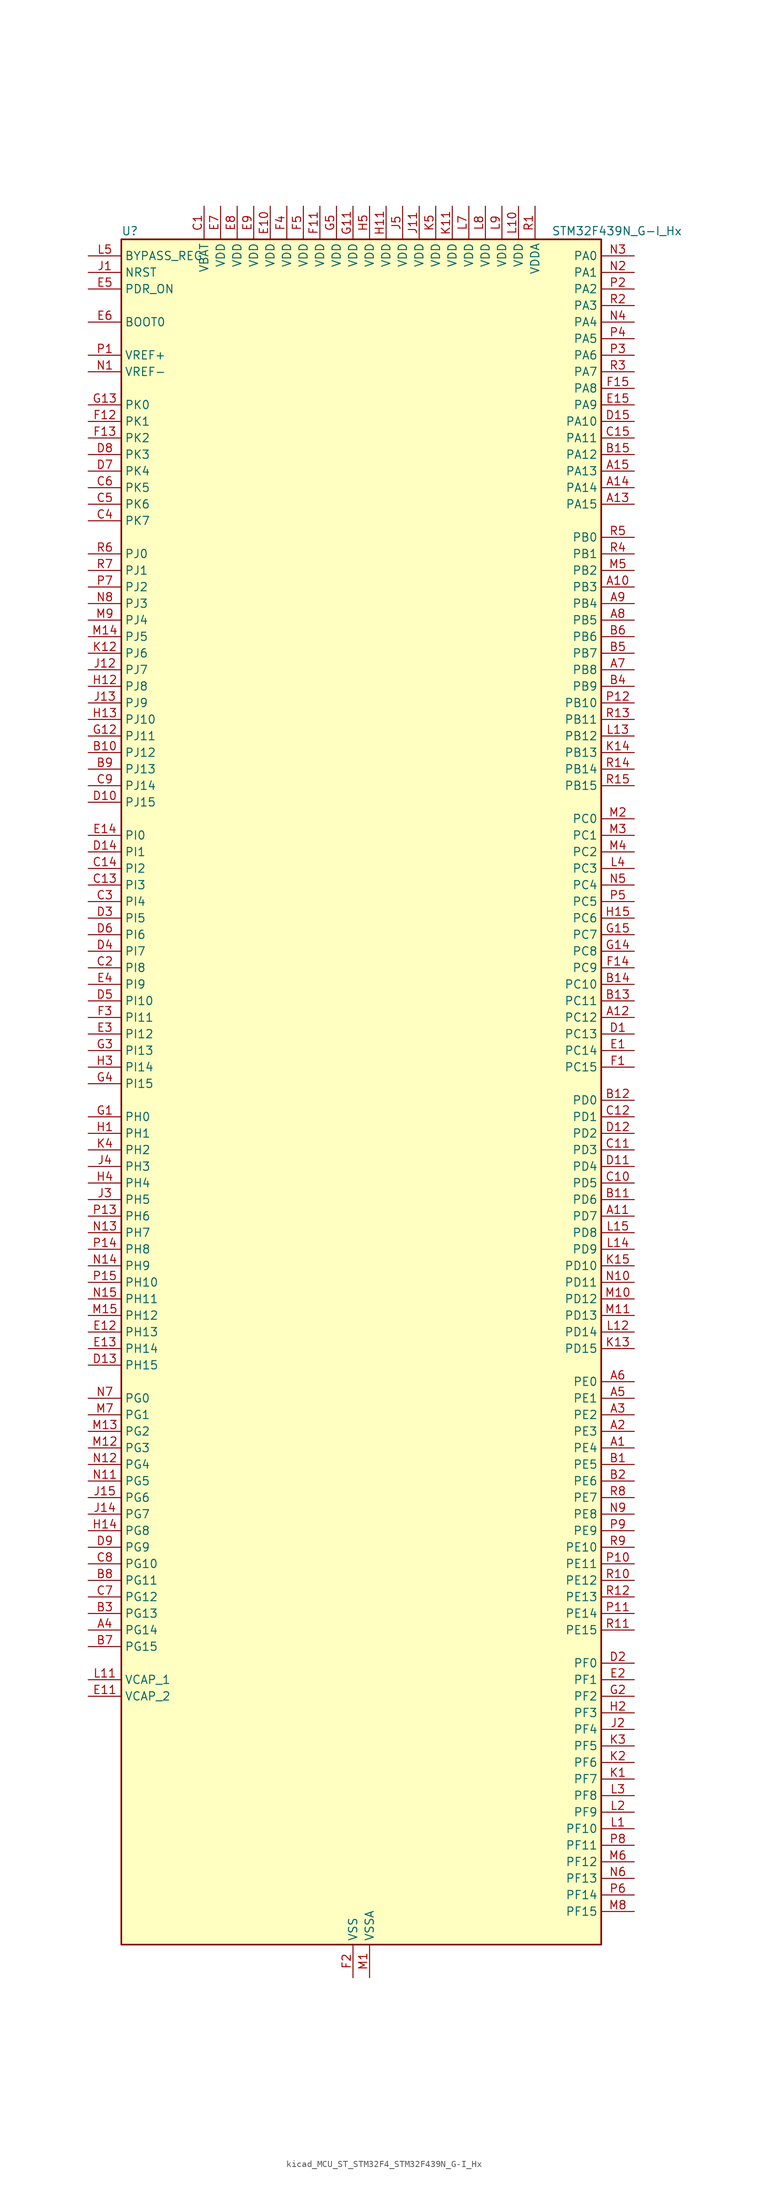
<source format=kicad_sym>
(kicad_symbol_lib
  (version 20220914)
  (generator kicad_symbol_editor)
  (symbol "kicad_MCU_ST_STM32F4_STM32F439N_G-I_Hx"
    (property "Reference" "U"
      (at -35.56 133.35 0)
      (effects (font (size 1.27 1.27)) (justify left)))
    (property "Value" "STM32F439N_G-I_Hx"
      (at 30.48 133.35 0)
      (effects (font (size 1.27 1.27)) (justify left)))
    (property "ki_locked" ""
      (at 0 0 0)
      (effects (font (size 1.27 1.27))))
    (symbol "kicad_MCU_ST_STM32F4_STM32F439N_G-I_Hx_0_1"
      (rectangle (start -35.56 -129.54) (end 38.1 132.08) (stroke (width 0.254) (type default)) (fill (type background))))
    (symbol "kicad_MCU_ST_STM32F4_STM32F439N_G-I_Hx_1_1"
      (pin bidirectional line (at 43.18 -53.34 180) (length 5.08) (name "PE4" (effects (font (size 1.27 1.27)))) (number "A1" (effects (font (size 1.27 1.27)))) (alternate "DCMI_D4" bidirectional line) (alternate "FMC_A20" bidirectional line) (alternate "LTDC_B0" bidirectional line) (alternate "SAI1_FS_A" bidirectional line) (alternate "SPI4_NSS" bidirectional line) (alternate "SYS_TRACED1" bidirectional line))
      (pin bidirectional line (at 43.18 78.74 180) (length 5.08) (name "PB3" (effects (font (size 1.27 1.27)))) (number "A10" (effects (font (size 1.27 1.27)))) (alternate "I2S3_CK" bidirectional line) (alternate "SPI1_SCK" bidirectional line) (alternate "SPI3_SCK" bidirectional line) (alternate "SYS_JTDO-SWO" bidirectional line) (alternate "TIM2_CH2" bidirectional line))
      (pin bidirectional line (at 43.18 -17.78 180) (length 5.08) (name "PD7" (effects (font (size 1.27 1.27)))) (number "A11" (effects (font (size 1.27 1.27)))) (alternate "FMC_NCE2" bidirectional line) (alternate "FMC_NE1" bidirectional line) (alternate "USART2_CK" bidirectional line))
      (pin bidirectional line (at 43.18 12.7 180) (length 5.08) (name "PC12" (effects (font (size 1.27 1.27)))) (number "A12" (effects (font (size 1.27 1.27)))) (alternate "DCMI_D9" bidirectional line) (alternate "I2S3_SD" bidirectional line) (alternate "SDIO_CK" bidirectional line) (alternate "SPI3_MOSI" bidirectional line) (alternate "UART5_TX" bidirectional line) (alternate "USART3_CK" bidirectional line))
      (pin bidirectional line (at 43.18 91.44 180) (length 5.08) (name "PA15" (effects (font (size 1.27 1.27)))) (number "A13" (effects (font (size 1.27 1.27)))) (alternate "ADC1_EXTI15" bidirectional line) (alternate "ADC2_EXTI15" bidirectional line) (alternate "ADC3_EXTI15" bidirectional line) (alternate "I2S3_WS" bidirectional line) (alternate "SPI1_NSS" bidirectional line) (alternate "SPI3_NSS" bidirectional line) (alternate "SYS_JTDI" bidirectional line) (alternate "TIM2_CH1" bidirectional line) (alternate "TIM2_ETR" bidirectional line))
      (pin bidirectional line (at 43.18 93.98 180) (length 5.08) (name "PA14" (effects (font (size 1.27 1.27)))) (number "A14" (effects (font (size 1.27 1.27)))) (alternate "SYS_JTCK-SWCLK" bidirectional line))
      (pin bidirectional line (at 43.18 96.52 180) (length 5.08) (name "PA13" (effects (font (size 1.27 1.27)))) (number "A15" (effects (font (size 1.27 1.27)))) (alternate "SYS_JTMS-SWDIO" bidirectional line))
      (pin bidirectional line (at 43.18 -50.8 180) (length 5.08) (name "PE3" (effects (font (size 1.27 1.27)))) (number "A2" (effects (font (size 1.27 1.27)))) (alternate "FMC_A19" bidirectional line) (alternate "SAI1_SD_B" bidirectional line) (alternate "SYS_TRACED0" bidirectional line))
      (pin bidirectional line (at 43.18 -48.26 180) (length 5.08) (name "PE2" (effects (font (size 1.27 1.27)))) (number "A3" (effects (font (size 1.27 1.27)))) (alternate "ETH_TXD3" bidirectional line) (alternate "FMC_A23" bidirectional line) (alternate "SAI1_MCLK_A" bidirectional line) (alternate "SPI4_SCK" bidirectional line) (alternate "SYS_TRACECLK" bidirectional line))
      (pin bidirectional line (at -40.64 -81.28 0) (length 5.08) (name "PG14" (effects (font (size 1.27 1.27)))) (number "A4" (effects (font (size 1.27 1.27)))) (alternate "ETH_TXD1" bidirectional line) (alternate "FMC_A25" bidirectional line) (alternate "SPI6_MOSI" bidirectional line) (alternate "USART6_TX" bidirectional line))
      (pin bidirectional line (at 43.18 -45.72 180) (length 5.08) (name "PE1" (effects (font (size 1.27 1.27)))) (number "A5" (effects (font (size 1.27 1.27)))) (alternate "DCMI_D3" bidirectional line) (alternate "FMC_NBL1" bidirectional line) (alternate "UART8_TX" bidirectional line))
      (pin bidirectional line (at 43.18 -43.18 180) (length 5.08) (name "PE0" (effects (font (size 1.27 1.27)))) (number "A6" (effects (font (size 1.27 1.27)))) (alternate "DCMI_D2" bidirectional line) (alternate "FMC_NBL0" bidirectional line) (alternate "TIM4_ETR" bidirectional line) (alternate "UART8_RX" bidirectional line))
      (pin bidirectional line (at 43.18 66.04 180) (length 5.08) (name "PB8" (effects (font (size 1.27 1.27)))) (number "A7" (effects (font (size 1.27 1.27)))) (alternate "CAN1_RX" bidirectional line) (alternate "DCMI_D6" bidirectional line) (alternate "ETH_TXD3" bidirectional line) (alternate "I2C1_SCL" bidirectional line) (alternate "LTDC_B6" bidirectional line) (alternate "SDIO_D4" bidirectional line) (alternate "TIM10_CH1" bidirectional line) (alternate "TIM4_CH3" bidirectional line))
      (pin bidirectional line (at 43.18 73.66 180) (length 5.08) (name "PB5" (effects (font (size 1.27 1.27)))) (number "A8" (effects (font (size 1.27 1.27)))) (alternate "CAN2_RX" bidirectional line) (alternate "DCMI_D10" bidirectional line) (alternate "ETH_PPS_OUT" bidirectional line) (alternate "FMC_SDCKE1" bidirectional line) (alternate "I2C1_SMBA" bidirectional line) (alternate "I2S3_SD" bidirectional line) (alternate "SPI1_MOSI" bidirectional line) (alternate "SPI3_MOSI" bidirectional line) (alternate "TIM3_CH2" bidirectional line) (alternate "USB_OTG_HS_ULPI_D7" bidirectional line))
      (pin bidirectional line (at 43.18 76.2 180) (length 5.08) (name "PB4" (effects (font (size 1.27 1.27)))) (number "A9" (effects (font (size 1.27 1.27)))) (alternate "I2S3_ext_SD" bidirectional line) (alternate "SPI1_MISO" bidirectional line) (alternate "SPI3_MISO" bidirectional line) (alternate "SYS_JTRST" bidirectional line) (alternate "TIM3_CH1" bidirectional line))
      (pin bidirectional line (at 43.18 -55.88 180) (length 5.08) (name "PE5" (effects (font (size 1.27 1.27)))) (number "B1" (effects (font (size 1.27 1.27)))) (alternate "DCMI_D6" bidirectional line) (alternate "FMC_A21" bidirectional line) (alternate "LTDC_G0" bidirectional line) (alternate "SAI1_SCK_A" bidirectional line) (alternate "SPI4_MISO" bidirectional line) (alternate "SYS_TRACED2" bidirectional line) (alternate "TIM9_CH1" bidirectional line))
      (pin bidirectional line (at -40.64 53.34 0) (length 5.08) (name "PJ12" (effects (font (size 1.27 1.27)))) (number "B10" (effects (font (size 1.27 1.27)))) (alternate "LTDC_B0" bidirectional line))
      (pin bidirectional line (at 43.18 -15.24 180) (length 5.08) (name "PD6" (effects (font (size 1.27 1.27)))) (number "B11" (effects (font (size 1.27 1.27)))) (alternate "DCMI_D10" bidirectional line) (alternate "FMC_NWAIT" bidirectional line) (alternate "I2S3_SD" bidirectional line) (alternate "LTDC_B2" bidirectional line) (alternate "SAI1_SD_A" bidirectional line) (alternate "SPI3_MOSI" bidirectional line) (alternate "USART2_RX" bidirectional line))
      (pin bidirectional line (at 43.18 0 180) (length 5.08) (name "PD0" (effects (font (size 1.27 1.27)))) (number "B12" (effects (font (size 1.27 1.27)))) (alternate "CAN1_RX" bidirectional line) (alternate "FMC_D2" bidirectional line) (alternate "FMC_DA2" bidirectional line))
      (pin bidirectional line (at 43.18 15.24 180) (length 5.08) (name "PC11" (effects (font (size 1.27 1.27)))) (number "B13" (effects (font (size 1.27 1.27)))) (alternate "ADC1_EXTI11" bidirectional line) (alternate "ADC2_EXTI11" bidirectional line) (alternate "ADC3_EXTI11" bidirectional line) (alternate "DCMI_D4" bidirectional line) (alternate "I2S3_ext_SD" bidirectional line) (alternate "SDIO_D3" bidirectional line) (alternate "SPI3_MISO" bidirectional line) (alternate "UART4_RX" bidirectional line) (alternate "USART3_RX" bidirectional line))
      (pin bidirectional line (at 43.18 17.78 180) (length 5.08) (name "PC10" (effects (font (size 1.27 1.27)))) (number "B14" (effects (font (size 1.27 1.27)))) (alternate "DCMI_D8" bidirectional line) (alternate "I2S3_CK" bidirectional line) (alternate "LTDC_R2" bidirectional line) (alternate "SDIO_D2" bidirectional line) (alternate "SPI3_SCK" bidirectional line) (alternate "UART4_TX" bidirectional line) (alternate "USART3_TX" bidirectional line))
      (pin bidirectional line (at 43.18 99.06 180) (length 5.08) (name "PA12" (effects (font (size 1.27 1.27)))) (number "B15" (effects (font (size 1.27 1.27)))) (alternate "CAN1_TX" bidirectional line) (alternate "LTDC_R5" bidirectional line) (alternate "TIM1_ETR" bidirectional line) (alternate "USART1_RTS" bidirectional line) (alternate "USB_OTG_FS_DP" bidirectional line))
      (pin bidirectional line (at 43.18 -58.42 180) (length 5.08) (name "PE6" (effects (font (size 1.27 1.27)))) (number "B2" (effects (font (size 1.27 1.27)))) (alternate "DCMI_D7" bidirectional line) (alternate "FMC_A22" bidirectional line) (alternate "LTDC_G1" bidirectional line) (alternate "SAI1_SD_A" bidirectional line) (alternate "SPI4_MOSI" bidirectional line) (alternate "SYS_TRACED3" bidirectional line) (alternate "TIM9_CH2" bidirectional line))
      (pin bidirectional line (at -40.64 -78.74 0) (length 5.08) (name "PG13" (effects (font (size 1.27 1.27)))) (number "B3" (effects (font (size 1.27 1.27)))) (alternate "ETH_TXD0" bidirectional line) (alternate "FMC_A24" bidirectional line) (alternate "SPI6_SCK" bidirectional line) (alternate "USART6_CTS" bidirectional line))
      (pin bidirectional line (at 43.18 63.5 180) (length 5.08) (name "PB9" (effects (font (size 1.27 1.27)))) (number "B4" (effects (font (size 1.27 1.27)))) (alternate "CAN1_TX" bidirectional line) (alternate "DAC_EXTI9" bidirectional line) (alternate "DCMI_D7" bidirectional line) (alternate "I2C1_SDA" bidirectional line) (alternate "I2S2_WS" bidirectional line) (alternate "LTDC_B7" bidirectional line) (alternate "SDIO_D5" bidirectional line) (alternate "SPI2_NSS" bidirectional line) (alternate "TIM11_CH1" bidirectional line) (alternate "TIM4_CH4" bidirectional line))
      (pin bidirectional line (at 43.18 68.58 180) (length 5.08) (name "PB7" (effects (font (size 1.27 1.27)))) (number "B5" (effects (font (size 1.27 1.27)))) (alternate "DCMI_VSYNC" bidirectional line) (alternate "FMC_NL" bidirectional line) (alternate "I2C1_SDA" bidirectional line) (alternate "TIM4_CH2" bidirectional line) (alternate "USART1_RX" bidirectional line))
      (pin bidirectional line (at 43.18 71.12 180) (length 5.08) (name "PB6" (effects (font (size 1.27 1.27)))) (number "B6" (effects (font (size 1.27 1.27)))) (alternate "CAN2_TX" bidirectional line) (alternate "DCMI_D5" bidirectional line) (alternate "FMC_SDNE1" bidirectional line) (alternate "I2C1_SCL" bidirectional line) (alternate "TIM4_CH1" bidirectional line) (alternate "USART1_TX" bidirectional line))
      (pin bidirectional line (at -40.64 -83.82 0) (length 5.08) (name "PG15" (effects (font (size 1.27 1.27)))) (number "B7" (effects (font (size 1.27 1.27)))) (alternate "ADC1_EXTI15" bidirectional line) (alternate "ADC2_EXTI15" bidirectional line) (alternate "ADC3_EXTI15" bidirectional line) (alternate "DCMI_D13" bidirectional line) (alternate "FMC_SDNCAS" bidirectional line) (alternate "USART6_CTS" bidirectional line))
      (pin bidirectional line (at -40.64 -73.66 0) (length 5.08) (name "PG11" (effects (font (size 1.27 1.27)))) (number "B8" (effects (font (size 1.27 1.27)))) (alternate "ADC1_EXTI11" bidirectional line) (alternate "ADC2_EXTI11" bidirectional line) (alternate "ADC3_EXTI11" bidirectional line) (alternate "DCMI_D3" bidirectional line) (alternate "ETH_TX_EN" bidirectional line) (alternate "FMC_NCE4_2" bidirectional line) (alternate "LTDC_B3" bidirectional line))
      (pin bidirectional line (at -40.64 50.8 0) (length 5.08) (name "PJ13" (effects (font (size 1.27 1.27)))) (number "B9" (effects (font (size 1.27 1.27)))) (alternate "LTDC_B1" bidirectional line))
      (pin power_in line (at -22.86 137.16 270) (length 5.08) (name "VBAT" (effects (font (size 1.27 1.27)))) (number "C1" (effects (font (size 1.27 1.27)))))
      (pin bidirectional line (at 43.18 -12.7 180) (length 5.08) (name "PD5" (effects (font (size 1.27 1.27)))) (number "C10" (effects (font (size 1.27 1.27)))) (alternate "FMC_NWE" bidirectional line) (alternate "USART2_TX" bidirectional line))
      (pin bidirectional line (at 43.18 -7.62 180) (length 5.08) (name "PD3" (effects (font (size 1.27 1.27)))) (number "C11" (effects (font (size 1.27 1.27)))) (alternate "DCMI_D5" bidirectional line) (alternate "FMC_CLK" bidirectional line) (alternate "I2S2_CK" bidirectional line) (alternate "LTDC_G7" bidirectional line) (alternate "SPI2_SCK" bidirectional line) (alternate "USART2_CTS" bidirectional line))
      (pin bidirectional line (at 43.18 -2.54 180) (length 5.08) (name "PD1" (effects (font (size 1.27 1.27)))) (number "C12" (effects (font (size 1.27 1.27)))) (alternate "CAN1_TX" bidirectional line) (alternate "FMC_D3" bidirectional line) (alternate "FMC_DA3" bidirectional line))
      (pin bidirectional line (at -40.64 33.02 0) (length 5.08) (name "PI3" (effects (font (size 1.27 1.27)))) (number "C13" (effects (font (size 1.27 1.27)))) (alternate "DCMI_D10" bidirectional line) (alternate "FMC_D27" bidirectional line) (alternate "I2S2_SD" bidirectional line) (alternate "SPI2_MOSI" bidirectional line) (alternate "TIM8_ETR" bidirectional line))
      (pin bidirectional line (at -40.64 35.56 0) (length 5.08) (name "PI2" (effects (font (size 1.27 1.27)))) (number "C14" (effects (font (size 1.27 1.27)))) (alternate "DCMI_D9" bidirectional line) (alternate "FMC_D26" bidirectional line) (alternate "I2S2_ext_SD" bidirectional line) (alternate "LTDC_G7" bidirectional line) (alternate "SPI2_MISO" bidirectional line) (alternate "TIM8_CH4" bidirectional line))
      (pin bidirectional line (at 43.18 101.6 180) (length 5.08) (name "PA11" (effects (font (size 1.27 1.27)))) (number "C15" (effects (font (size 1.27 1.27)))) (alternate "ADC1_EXTI11" bidirectional line) (alternate "ADC2_EXTI11" bidirectional line) (alternate "ADC3_EXTI11" bidirectional line) (alternate "CAN1_RX" bidirectional line) (alternate "LTDC_R4" bidirectional line) (alternate "TIM1_CH4" bidirectional line) (alternate "USART1_CTS" bidirectional line) (alternate "USB_OTG_FS_DM" bidirectional line))
      (pin bidirectional line (at -40.64 20.32 0) (length 5.08) (name "PI8" (effects (font (size 1.27 1.27)))) (number "C2" (effects (font (size 1.27 1.27)))) (alternate "RTC_AF2" bidirectional line))
      (pin bidirectional line (at -40.64 30.48 0) (length 5.08) (name "PI4" (effects (font (size 1.27 1.27)))) (number "C3" (effects (font (size 1.27 1.27)))) (alternate "DCMI_D5" bidirectional line) (alternate "FMC_NBL2" bidirectional line) (alternate "LTDC_B4" bidirectional line) (alternate "TIM8_BKIN" bidirectional line))
      (pin bidirectional line (at -40.64 88.9 0) (length 5.08) (name "PK7" (effects (font (size 1.27 1.27)))) (number "C4" (effects (font (size 1.27 1.27)))) (alternate "LTDC_DE" bidirectional line))
      (pin bidirectional line (at -40.64 91.44 0) (length 5.08) (name "PK6" (effects (font (size 1.27 1.27)))) (number "C5" (effects (font (size 1.27 1.27)))) (alternate "LTDC_B7" bidirectional line))
      (pin bidirectional line (at -40.64 93.98 0) (length 5.08) (name "PK5" (effects (font (size 1.27 1.27)))) (number "C6" (effects (font (size 1.27 1.27)))) (alternate "LTDC_B6" bidirectional line))
      (pin bidirectional line (at -40.64 -76.2 0) (length 5.08) (name "PG12" (effects (font (size 1.27 1.27)))) (number "C7" (effects (font (size 1.27 1.27)))) (alternate "FMC_NE4" bidirectional line) (alternate "LTDC_B1" bidirectional line) (alternate "LTDC_B4" bidirectional line) (alternate "SPI6_MISO" bidirectional line) (alternate "USART6_RTS" bidirectional line))
      (pin bidirectional line (at -40.64 -71.12 0) (length 5.08) (name "PG10" (effects (font (size 1.27 1.27)))) (number "C8" (effects (font (size 1.27 1.27)))) (alternate "DCMI_D2" bidirectional line) (alternate "FMC_NCE4_1" bidirectional line) (alternate "FMC_NE3" bidirectional line) (alternate "LTDC_B2" bidirectional line) (alternate "LTDC_G3" bidirectional line))
      (pin bidirectional line (at -40.64 48.26 0) (length 5.08) (name "PJ14" (effects (font (size 1.27 1.27)))) (number "C9" (effects (font (size 1.27 1.27)))) (alternate "LTDC_B2" bidirectional line))
      (pin bidirectional line (at 43.18 10.16 180) (length 5.08) (name "PC13" (effects (font (size 1.27 1.27)))) (number "D1" (effects (font (size 1.27 1.27)))) (alternate "RTC_AF1" bidirectional line))
      (pin bidirectional line (at -40.64 45.72 0) (length 5.08) (name "PJ15" (effects (font (size 1.27 1.27)))) (number "D10" (effects (font (size 1.27 1.27)))) (alternate "ADC1_EXTI15" bidirectional line) (alternate "ADC2_EXTI15" bidirectional line) (alternate "ADC3_EXTI15" bidirectional line) (alternate "LTDC_B3" bidirectional line))
      (pin bidirectional line (at 43.18 -10.16 180) (length 5.08) (name "PD4" (effects (font (size 1.27 1.27)))) (number "D11" (effects (font (size 1.27 1.27)))) (alternate "FMC_NOE" bidirectional line) (alternate "USART2_RTS" bidirectional line))
      (pin bidirectional line (at 43.18 -5.08 180) (length 5.08) (name "PD2" (effects (font (size 1.27 1.27)))) (number "D12" (effects (font (size 1.27 1.27)))) (alternate "DCMI_D11" bidirectional line) (alternate "SDIO_CMD" bidirectional line) (alternate "TIM3_ETR" bidirectional line) (alternate "UART5_RX" bidirectional line))
      (pin bidirectional line (at -40.64 -40.64 0) (length 5.08) (name "PH15" (effects (font (size 1.27 1.27)))) (number "D13" (effects (font (size 1.27 1.27)))) (alternate "ADC1_EXTI15" bidirectional line) (alternate "ADC2_EXTI15" bidirectional line) (alternate "ADC3_EXTI15" bidirectional line) (alternate "DCMI_D11" bidirectional line) (alternate "FMC_D23" bidirectional line) (alternate "LTDC_G4" bidirectional line) (alternate "TIM8_CH3N" bidirectional line))
      (pin bidirectional line (at -40.64 38.1 0) (length 5.08) (name "PI1" (effects (font (size 1.27 1.27)))) (number "D14" (effects (font (size 1.27 1.27)))) (alternate "DCMI_D8" bidirectional line) (alternate "FMC_D25" bidirectional line) (alternate "I2S2_CK" bidirectional line) (alternate "LTDC_G6" bidirectional line) (alternate "SPI2_SCK" bidirectional line))
      (pin bidirectional line (at 43.18 104.14 180) (length 5.08) (name "PA10" (effects (font (size 1.27 1.27)))) (number "D15" (effects (font (size 1.27 1.27)))) (alternate "DCMI_D1" bidirectional line) (alternate "TIM1_CH3" bidirectional line) (alternate "USART1_RX" bidirectional line) (alternate "USB_OTG_FS_ID" bidirectional line))
      (pin bidirectional line (at 43.18 -86.36 180) (length 5.08) (name "PF0" (effects (font (size 1.27 1.27)))) (number "D2" (effects (font (size 1.27 1.27)))) (alternate "FMC_A0" bidirectional line) (alternate "I2C2_SDA" bidirectional line))
      (pin bidirectional line (at -40.64 27.94 0) (length 5.08) (name "PI5" (effects (font (size 1.27 1.27)))) (number "D3" (effects (font (size 1.27 1.27)))) (alternate "DCMI_VSYNC" bidirectional line) (alternate "FMC_NBL3" bidirectional line) (alternate "LTDC_B5" bidirectional line) (alternate "TIM8_CH1" bidirectional line))
      (pin bidirectional line (at -40.64 22.86 0) (length 5.08) (name "PI7" (effects (font (size 1.27 1.27)))) (number "D4" (effects (font (size 1.27 1.27)))) (alternate "DCMI_D7" bidirectional line) (alternate "FMC_D29" bidirectional line) (alternate "LTDC_B7" bidirectional line) (alternate "TIM8_CH3" bidirectional line))
      (pin bidirectional line (at -40.64 15.24 0) (length 5.08) (name "PI10" (effects (font (size 1.27 1.27)))) (number "D5" (effects (font (size 1.27 1.27)))) (alternate "ETH_RX_ER" bidirectional line) (alternate "FMC_D31" bidirectional line) (alternate "LTDC_HSYNC" bidirectional line))
      (pin bidirectional line (at -40.64 25.4 0) (length 5.08) (name "PI6" (effects (font (size 1.27 1.27)))) (number "D6" (effects (font (size 1.27 1.27)))) (alternate "DCMI_D6" bidirectional line) (alternate "FMC_D28" bidirectional line) (alternate "LTDC_B6" bidirectional line) (alternate "TIM8_CH2" bidirectional line))
      (pin bidirectional line (at -40.64 96.52 0) (length 5.08) (name "PK4" (effects (font (size 1.27 1.27)))) (number "D7" (effects (font (size 1.27 1.27)))) (alternate "LTDC_B5" bidirectional line))
      (pin bidirectional line (at -40.64 99.06 0) (length 5.08) (name "PK3" (effects (font (size 1.27 1.27)))) (number "D8" (effects (font (size 1.27 1.27)))) (alternate "LTDC_B4" bidirectional line))
      (pin bidirectional line (at -40.64 -68.58 0) (length 5.08) (name "PG9" (effects (font (size 1.27 1.27)))) (number "D9" (effects (font (size 1.27 1.27)))) (alternate "DAC_EXTI9" bidirectional line) (alternate "DCMI_VSYNC" bidirectional line) (alternate "FMC_NCE3" bidirectional line) (alternate "FMC_NE2" bidirectional line) (alternate "USART6_RX" bidirectional line))
      (pin bidirectional line (at 43.18 7.62 180) (length 5.08) (name "PC14" (effects (font (size 1.27 1.27)))) (number "E1" (effects (font (size 1.27 1.27)))) (alternate "RCC_OSC32_IN" bidirectional line))
      (pin power_in line (at -12.7 137.16 270) (length 5.08) (name "VDD" (effects (font (size 1.27 1.27)))) (number "E10" (effects (font (size 1.27 1.27)))))
      (pin power_out line (at -40.64 -91.44 0) (length 5.08) (name "VCAP_2" (effects (font (size 1.27 1.27)))) (number "E11" (effects (font (size 1.27 1.27)))))
      (pin bidirectional line (at -40.64 -35.56 0) (length 5.08) (name "PH13" (effects (font (size 1.27 1.27)))) (number "E12" (effects (font (size 1.27 1.27)))) (alternate "CAN1_TX" bidirectional line) (alternate "FMC_D21" bidirectional line) (alternate "LTDC_G2" bidirectional line) (alternate "TIM8_CH1N" bidirectional line))
      (pin bidirectional line (at -40.64 -38.1 0) (length 5.08) (name "PH14" (effects (font (size 1.27 1.27)))) (number "E13" (effects (font (size 1.27 1.27)))) (alternate "DCMI_D4" bidirectional line) (alternate "FMC_D22" bidirectional line) (alternate "LTDC_G3" bidirectional line) (alternate "TIM8_CH2N" bidirectional line))
      (pin bidirectional line (at -40.64 40.64 0) (length 5.08) (name "PI0" (effects (font (size 1.27 1.27)))) (number "E14" (effects (font (size 1.27 1.27)))) (alternate "DCMI_D13" bidirectional line) (alternate "FMC_D24" bidirectional line) (alternate "I2S2_WS" bidirectional line) (alternate "LTDC_G5" bidirectional line) (alternate "SPI2_NSS" bidirectional line) (alternate "TIM5_CH4" bidirectional line))
      (pin bidirectional line (at 43.18 106.68 180) (length 5.08) (name "PA9" (effects (font (size 1.27 1.27)))) (number "E15" (effects (font (size 1.27 1.27)))) (alternate "DAC_EXTI9" bidirectional line) (alternate "DCMI_D0" bidirectional line) (alternate "I2C3_SMBA" bidirectional line) (alternate "TIM1_CH2" bidirectional line) (alternate "USART1_TX" bidirectional line) (alternate "USB_OTG_FS_VBUS" bidirectional line))
      (pin bidirectional line (at 43.18 -88.9 180) (length 5.08) (name "PF1" (effects (font (size 1.27 1.27)))) (number "E2" (effects (font (size 1.27 1.27)))) (alternate "FMC_A1" bidirectional line) (alternate "I2C2_SCL" bidirectional line))
      (pin bidirectional line (at -40.64 10.16 0) (length 5.08) (name "PI12" (effects (font (size 1.27 1.27)))) (number "E3" (effects (font (size 1.27 1.27)))) (alternate "LTDC_HSYNC" bidirectional line))
      (pin bidirectional line (at -40.64 17.78 0) (length 5.08) (name "PI9" (effects (font (size 1.27 1.27)))) (number "E4" (effects (font (size 1.27 1.27)))) (alternate "CAN1_RX" bidirectional line) (alternate "DAC_EXTI9" bidirectional line) (alternate "FMC_D30" bidirectional line) (alternate "LTDC_VSYNC" bidirectional line))
      (pin input line (at -40.64 124.46 0) (length 5.08) (name "PDR_ON" (effects (font (size 1.27 1.27)))) (number "E5" (effects (font (size 1.27 1.27)))))
      (pin input line (at -40.64 119.38 0) (length 5.08) (name "BOOT0" (effects (font (size 1.27 1.27)))) (number "E6" (effects (font (size 1.27 1.27)))))
      (pin power_in line (at -20.32 137.16 270) (length 5.08) (name "VDD" (effects (font (size 1.27 1.27)))) (number "E7" (effects (font (size 1.27 1.27)))))
      (pin power_in line (at -17.78 137.16 270) (length 5.08) (name "VDD" (effects (font (size 1.27 1.27)))) (number "E8" (effects (font (size 1.27 1.27)))))
      (pin power_in line (at -15.24 137.16 270) (length 5.08) (name "VDD" (effects (font (size 1.27 1.27)))) (number "E9" (effects (font (size 1.27 1.27)))))
      (pin bidirectional line (at 43.18 5.08 180) (length 5.08) (name "PC15" (effects (font (size 1.27 1.27)))) (number "F1" (effects (font (size 1.27 1.27)))) (alternate "ADC1_EXTI15" bidirectional line) (alternate "ADC2_EXTI15" bidirectional line) (alternate "ADC3_EXTI15" bidirectional line) (alternate "RCC_OSC32_OUT" bidirectional line))
      (pin passive line (at 0 -134.62 90) (length 5.08) hide (name "VSS" (effects (font (size 1.27 1.27)))) (number "F10" (effects (font (size 1.27 1.27)))))
      (pin power_in line (at -5.08 137.16 270) (length 5.08) (name "VDD" (effects (font (size 1.27 1.27)))) (number "F11" (effects (font (size 1.27 1.27)))))
      (pin bidirectional line (at -40.64 104.14 0) (length 5.08) (name "PK1" (effects (font (size 1.27 1.27)))) (number "F12" (effects (font (size 1.27 1.27)))) (alternate "LTDC_G6" bidirectional line))
      (pin bidirectional line (at -40.64 101.6 0) (length 5.08) (name "PK2" (effects (font (size 1.27 1.27)))) (number "F13" (effects (font (size 1.27 1.27)))) (alternate "LTDC_G7" bidirectional line))
      (pin bidirectional line (at 43.18 20.32 180) (length 5.08) (name "PC9" (effects (font (size 1.27 1.27)))) (number "F14" (effects (font (size 1.27 1.27)))) (alternate "DAC_EXTI9" bidirectional line) (alternate "DCMI_D3" bidirectional line) (alternate "I2C3_SDA" bidirectional line) (alternate "I2S_CKIN" bidirectional line) (alternate "RCC_MCO_2" bidirectional line) (alternate "SDIO_D1" bidirectional line) (alternate "TIM3_CH4" bidirectional line) (alternate "TIM8_CH4" bidirectional line))
      (pin bidirectional line (at 43.18 109.22 180) (length 5.08) (name "PA8" (effects (font (size 1.27 1.27)))) (number "F15" (effects (font (size 1.27 1.27)))) (alternate "I2C3_SCL" bidirectional line) (alternate "LTDC_R6" bidirectional line) (alternate "RCC_MCO_1" bidirectional line) (alternate "TIM1_CH1" bidirectional line) (alternate "USART1_CK" bidirectional line) (alternate "USB_OTG_FS_SOF" bidirectional line))
      (pin power_in line (at 0 -134.62 90) (length 5.08) (name "VSS" (effects (font (size 1.27 1.27)))) (number "F2" (effects (font (size 1.27 1.27)))))
      (pin bidirectional line (at -40.64 12.7 0) (length 5.08) (name "PI11" (effects (font (size 1.27 1.27)))) (number "F3" (effects (font (size 1.27 1.27)))) (alternate "ADC1_EXTI11" bidirectional line) (alternate "ADC2_EXTI11" bidirectional line) (alternate "ADC3_EXTI11" bidirectional line) (alternate "USB_OTG_HS_ULPI_DIR" bidirectional line))
      (pin power_in line (at -10.16 137.16 270) (length 5.08) (name "VDD" (effects (font (size 1.27 1.27)))) (number "F4" (effects (font (size 1.27 1.27)))))
      (pin power_in line (at -7.62 137.16 270) (length 5.08) (name "VDD" (effects (font (size 1.27 1.27)))) (number "F5" (effects (font (size 1.27 1.27)))))
      (pin passive line (at 0 -134.62 90) (length 5.08) hide (name "VSS" (effects (font (size 1.27 1.27)))) (number "F6" (effects (font (size 1.27 1.27)))))
      (pin passive line (at 0 -134.62 90) (length 5.08) hide (name "VSS" (effects (font (size 1.27 1.27)))) (number "F7" (effects (font (size 1.27 1.27)))))
      (pin passive line (at 0 -134.62 90) (length 5.08) hide (name "VSS" (effects (font (size 1.27 1.27)))) (number "F8" (effects (font (size 1.27 1.27)))))
      (pin passive line (at 0 -134.62 90) (length 5.08) hide (name "VSS" (effects (font (size 1.27 1.27)))) (number "F9" (effects (font (size 1.27 1.27)))))
      (pin bidirectional line (at -40.64 -2.54 0) (length 5.08) (name "PH0" (effects (font (size 1.27 1.27)))) (number "G1" (effects (font (size 1.27 1.27)))) (alternate "RCC_OSC_IN" bidirectional line))
      (pin passive line (at 0 -134.62 90) (length 5.08) hide (name "VSS" (effects (font (size 1.27 1.27)))) (number "G10" (effects (font (size 1.27 1.27)))))
      (pin power_in line (at 0 137.16 270) (length 5.08) (name "VDD" (effects (font (size 1.27 1.27)))) (number "G11" (effects (font (size 1.27 1.27)))))
      (pin bidirectional line (at -40.64 55.88 0) (length 5.08) (name "PJ11" (effects (font (size 1.27 1.27)))) (number "G12" (effects (font (size 1.27 1.27)))) (alternate "ADC1_EXTI11" bidirectional line) (alternate "ADC2_EXTI11" bidirectional line) (alternate "ADC3_EXTI11" bidirectional line) (alternate "LTDC_G4" bidirectional line))
      (pin bidirectional line (at -40.64 106.68 0) (length 5.08) (name "PK0" (effects (font (size 1.27 1.27)))) (number "G13" (effects (font (size 1.27 1.27)))) (alternate "LTDC_G5" bidirectional line))
      (pin bidirectional line (at 43.18 22.86 180) (length 5.08) (name "PC8" (effects (font (size 1.27 1.27)))) (number "G14" (effects (font (size 1.27 1.27)))) (alternate "DCMI_D2" bidirectional line) (alternate "SDIO_D0" bidirectional line) (alternate "TIM3_CH3" bidirectional line) (alternate "TIM8_CH3" bidirectional line) (alternate "USART6_CK" bidirectional line))
      (pin bidirectional line (at 43.18 25.4 180) (length 5.08) (name "PC7" (effects (font (size 1.27 1.27)))) (number "G15" (effects (font (size 1.27 1.27)))) (alternate "DCMI_D1" bidirectional line) (alternate "I2S3_MCK" bidirectional line) (alternate "LTDC_G6" bidirectional line) (alternate "SDIO_D7" bidirectional line) (alternate "TIM3_CH2" bidirectional line) (alternate "TIM8_CH2" bidirectional line) (alternate "USART6_RX" bidirectional line))
      (pin bidirectional line (at 43.18 -91.44 180) (length 5.08) (name "PF2" (effects (font (size 1.27 1.27)))) (number "G2" (effects (font (size 1.27 1.27)))) (alternate "FMC_A2" bidirectional line) (alternate "I2C2_SMBA" bidirectional line))
      (pin bidirectional line (at -40.64 7.62 0) (length 5.08) (name "PI13" (effects (font (size 1.27 1.27)))) (number "G3" (effects (font (size 1.27 1.27)))) (alternate "LTDC_VSYNC" bidirectional line))
      (pin bidirectional line (at -40.64 2.54 0) (length 5.08) (name "PI15" (effects (font (size 1.27 1.27)))) (number "G4" (effects (font (size 1.27 1.27)))) (alternate "ADC1_EXTI15" bidirectional line) (alternate "ADC2_EXTI15" bidirectional line) (alternate "ADC3_EXTI15" bidirectional line) (alternate "LTDC_R0" bidirectional line))
      (pin power_in line (at -2.54 137.16 270) (length 5.08) (name "VDD" (effects (font (size 1.27 1.27)))) (number "G5" (effects (font (size 1.27 1.27)))))
      (pin passive line (at 0 -134.62 90) (length 5.08) hide (name "VSS" (effects (font (size 1.27 1.27)))) (number "G6" (effects (font (size 1.27 1.27)))))
      (pin bidirectional line (at -40.64 -5.08 0) (length 5.08) (name "PH1" (effects (font (size 1.27 1.27)))) (number "H1" (effects (font (size 1.27 1.27)))) (alternate "RCC_OSC_OUT" bidirectional line))
      (pin passive line (at 0 -134.62 90) (length 5.08) hide (name "VSS" (effects (font (size 1.27 1.27)))) (number "H10" (effects (font (size 1.27 1.27)))))
      (pin power_in line (at 5.08 137.16 270) (length 5.08) (name "VDD" (effects (font (size 1.27 1.27)))) (number "H11" (effects (font (size 1.27 1.27)))))
      (pin bidirectional line (at -40.64 63.5 0) (length 5.08) (name "PJ8" (effects (font (size 1.27 1.27)))) (number "H12" (effects (font (size 1.27 1.27)))) (alternate "LTDC_G1" bidirectional line))
      (pin bidirectional line (at -40.64 58.42 0) (length 5.08) (name "PJ10" (effects (font (size 1.27 1.27)))) (number "H13" (effects (font (size 1.27 1.27)))) (alternate "LTDC_G3" bidirectional line))
      (pin bidirectional line (at -40.64 -66.04 0) (length 5.08) (name "PG8" (effects (font (size 1.27 1.27)))) (number "H14" (effects (font (size 1.27 1.27)))) (alternate "ETH_PPS_OUT" bidirectional line) (alternate "FMC_SDCLK" bidirectional line) (alternate "SPI6_NSS" bidirectional line) (alternate "USART6_RTS" bidirectional line))
      (pin bidirectional line (at 43.18 27.94 180) (length 5.08) (name "PC6" (effects (font (size 1.27 1.27)))) (number "H15" (effects (font (size 1.27 1.27)))) (alternate "DCMI_D0" bidirectional line) (alternate "I2S2_MCK" bidirectional line) (alternate "LTDC_HSYNC" bidirectional line) (alternate "SDIO_D6" bidirectional line) (alternate "TIM3_CH1" bidirectional line) (alternate "TIM8_CH1" bidirectional line) (alternate "USART6_TX" bidirectional line))
      (pin bidirectional line (at 43.18 -93.98 180) (length 5.08) (name "PF3" (effects (font (size 1.27 1.27)))) (number "H2" (effects (font (size 1.27 1.27)))) (alternate "ADC3_IN9" bidirectional line) (alternate "FMC_A3" bidirectional line))
      (pin bidirectional line (at -40.64 5.08 0) (length 5.08) (name "PI14" (effects (font (size 1.27 1.27)))) (number "H3" (effects (font (size 1.27 1.27)))) (alternate "LTDC_CLK" bidirectional line))
      (pin bidirectional line (at -40.64 -12.7 0) (length 5.08) (name "PH4" (effects (font (size 1.27 1.27)))) (number "H4" (effects (font (size 1.27 1.27)))) (alternate "I2C2_SCL" bidirectional line) (alternate "USB_OTG_HS_ULPI_NXT" bidirectional line))
      (pin power_in line (at 2.54 137.16 270) (length 5.08) (name "VDD" (effects (font (size 1.27 1.27)))) (number "H5" (effects (font (size 1.27 1.27)))))
      (pin passive line (at 0 -134.62 90) (length 5.08) hide (name "VSS" (effects (font (size 1.27 1.27)))) (number "H6" (effects (font (size 1.27 1.27)))))
      (pin input line (at -40.64 127 0) (length 5.08) (name "NRST" (effects (font (size 1.27 1.27)))) (number "J1" (effects (font (size 1.27 1.27)))))
      (pin passive line (at 0 -134.62 90) (length 5.08) hide (name "VSS" (effects (font (size 1.27 1.27)))) (number "J10" (effects (font (size 1.27 1.27)))))
      (pin power_in line (at 10.16 137.16 270) (length 5.08) (name "VDD" (effects (font (size 1.27 1.27)))) (number "J11" (effects (font (size 1.27 1.27)))))
      (pin bidirectional line (at -40.64 66.04 0) (length 5.08) (name "PJ7" (effects (font (size 1.27 1.27)))) (number "J12" (effects (font (size 1.27 1.27)))) (alternate "LTDC_G0" bidirectional line))
      (pin bidirectional line (at -40.64 60.96 0) (length 5.08) (name "PJ9" (effects (font (size 1.27 1.27)))) (number "J13" (effects (font (size 1.27 1.27)))) (alternate "DAC_EXTI9" bidirectional line) (alternate "LTDC_G2" bidirectional line))
      (pin bidirectional line (at -40.64 -63.5 0) (length 5.08) (name "PG7" (effects (font (size 1.27 1.27)))) (number "J14" (effects (font (size 1.27 1.27)))) (alternate "DCMI_D13" bidirectional line) (alternate "FMC_INT3" bidirectional line) (alternate "LTDC_CLK" bidirectional line) (alternate "USART6_CK" bidirectional line))
      (pin bidirectional line (at -40.64 -60.96 0) (length 5.08) (name "PG6" (effects (font (size 1.27 1.27)))) (number "J15" (effects (font (size 1.27 1.27)))) (alternate "DCMI_D12" bidirectional line) (alternate "FMC_INT2" bidirectional line) (alternate "LTDC_R7" bidirectional line))
      (pin bidirectional line (at 43.18 -96.52 180) (length 5.08) (name "PF4" (effects (font (size 1.27 1.27)))) (number "J2" (effects (font (size 1.27 1.27)))) (alternate "ADC3_IN14" bidirectional line) (alternate "FMC_A4" bidirectional line))
      (pin bidirectional line (at -40.64 -15.24 0) (length 5.08) (name "PH5" (effects (font (size 1.27 1.27)))) (number "J3" (effects (font (size 1.27 1.27)))) (alternate "FMC_SDNWE" bidirectional line) (alternate "I2C2_SDA" bidirectional line) (alternate "SPI5_NSS" bidirectional line))
      (pin bidirectional line (at -40.64 -10.16 0) (length 5.08) (name "PH3" (effects (font (size 1.27 1.27)))) (number "J4" (effects (font (size 1.27 1.27)))) (alternate "ETH_COL" bidirectional line) (alternate "FMC_SDNE0" bidirectional line) (alternate "LTDC_R1" bidirectional line))
      (pin power_in line (at 7.62 137.16 270) (length 5.08) (name "VDD" (effects (font (size 1.27 1.27)))) (number "J5" (effects (font (size 1.27 1.27)))))
      (pin passive line (at 0 -134.62 90) (length 5.08) hide (name "VSS" (effects (font (size 1.27 1.27)))) (number "J6" (effects (font (size 1.27 1.27)))))
      (pin bidirectional line (at 43.18 -104.14 180) (length 5.08) (name "PF7" (effects (font (size 1.27 1.27)))) (number "K1" (effects (font (size 1.27 1.27)))) (alternate "ADC3_IN5" bidirectional line) (alternate "FMC_NREG" bidirectional line) (alternate "SAI1_MCLK_B" bidirectional line) (alternate "SPI5_SCK" bidirectional line) (alternate "TIM11_CH1" bidirectional line) (alternate "UART7_TX" bidirectional line))
      (pin passive line (at 0 -134.62 90) (length 5.08) hide (name "VSS" (effects (font (size 1.27 1.27)))) (number "K10" (effects (font (size 1.27 1.27)))))
      (pin power_in line (at 15.24 137.16 270) (length 5.08) (name "VDD" (effects (font (size 1.27 1.27)))) (number "K11" (effects (font (size 1.27 1.27)))))
      (pin bidirectional line (at -40.64 68.58 0) (length 5.08) (name "PJ6" (effects (font (size 1.27 1.27)))) (number "K12" (effects (font (size 1.27 1.27)))) (alternate "LTDC_R7" bidirectional line))
      (pin bidirectional line (at 43.18 -38.1 180) (length 5.08) (name "PD15" (effects (font (size 1.27 1.27)))) (number "K13" (effects (font (size 1.27 1.27)))) (alternate "ADC1_EXTI15" bidirectional line) (alternate "ADC2_EXTI15" bidirectional line) (alternate "ADC3_EXTI15" bidirectional line) (alternate "FMC_D1" bidirectional line) (alternate "FMC_DA1" bidirectional line) (alternate "TIM4_CH4" bidirectional line))
      (pin bidirectional line (at 43.18 53.34 180) (length 5.08) (name "PB13" (effects (font (size 1.27 1.27)))) (number "K14" (effects (font (size 1.27 1.27)))) (alternate "CAN2_TX" bidirectional line) (alternate "ETH_TXD1" bidirectional line) (alternate "I2S2_CK" bidirectional line) (alternate "SPI2_SCK" bidirectional line) (alternate "TIM1_CH1N" bidirectional line) (alternate "USART3_CTS" bidirectional line) (alternate "USB_OTG_HS_ULPI_D6" bidirectional line) (alternate "USB_OTG_HS_VBUS" bidirectional line))
      (pin bidirectional line (at 43.18 -25.4 180) (length 5.08) (name "PD10" (effects (font (size 1.27 1.27)))) (number "K15" (effects (font (size 1.27 1.27)))) (alternate "FMC_D15" bidirectional line) (alternate "FMC_DA15" bidirectional line) (alternate "LTDC_B3" bidirectional line) (alternate "USART3_CK" bidirectional line))
      (pin bidirectional line (at 43.18 -101.6 180) (length 5.08) (name "PF6" (effects (font (size 1.27 1.27)))) (number "K2" (effects (font (size 1.27 1.27)))) (alternate "ADC3_IN4" bidirectional line) (alternate "FMC_NIORD" bidirectional line) (alternate "SAI1_SD_B" bidirectional line) (alternate "SPI5_NSS" bidirectional line) (alternate "TIM10_CH1" bidirectional line) (alternate "UART7_RX" bidirectional line))
      (pin bidirectional line (at 43.18 -99.06 180) (length 5.08) (name "PF5" (effects (font (size 1.27 1.27)))) (number "K3" (effects (font (size 1.27 1.27)))) (alternate "ADC3_IN15" bidirectional line) (alternate "FMC_A5" bidirectional line))
      (pin bidirectional line (at -40.64 -7.62 0) (length 5.08) (name "PH2" (effects (font (size 1.27 1.27)))) (number "K4" (effects (font (size 1.27 1.27)))) (alternate "ETH_CRS" bidirectional line) (alternate "FMC_SDCKE0" bidirectional line) (alternate "LTDC_R0" bidirectional line))
      (pin power_in line (at 12.7 137.16 270) (length 5.08) (name "VDD" (effects (font (size 1.27 1.27)))) (number "K5" (effects (font (size 1.27 1.27)))))
      (pin passive line (at 0 -134.62 90) (length 5.08) hide (name "VSS" (effects (font (size 1.27 1.27)))) (number "K6" (effects (font (size 1.27 1.27)))))
      (pin passive line (at 0 -134.62 90) (length 5.08) hide (name "VSS" (effects (font (size 1.27 1.27)))) (number "K7" (effects (font (size 1.27 1.27)))))
      (pin passive line (at 0 -134.62 90) (length 5.08) hide (name "VSS" (effects (font (size 1.27 1.27)))) (number "K8" (effects (font (size 1.27 1.27)))))
      (pin passive line (at 0 -134.62 90) (length 5.08) hide (name "VSS" (effects (font (size 1.27 1.27)))) (number "K9" (effects (font (size 1.27 1.27)))))
      (pin bidirectional line (at 43.18 -111.76 180) (length 5.08) (name "PF10" (effects (font (size 1.27 1.27)))) (number "L1" (effects (font (size 1.27 1.27)))) (alternate "ADC3_IN8" bidirectional line) (alternate "DCMI_D11" bidirectional line) (alternate "FMC_INTR" bidirectional line) (alternate "LTDC_DE" bidirectional line))
      (pin power_in line (at 25.4 137.16 270) (length 5.08) (name "VDD" (effects (font (size 1.27 1.27)))) (number "L10" (effects (font (size 1.27 1.27)))))
      (pin power_out line (at -40.64 -88.9 0) (length 5.08) (name "VCAP_1" (effects (font (size 1.27 1.27)))) (number "L11" (effects (font (size 1.27 1.27)))))
      (pin bidirectional line (at 43.18 -35.56 180) (length 5.08) (name "PD14" (effects (font (size 1.27 1.27)))) (number "L12" (effects (font (size 1.27 1.27)))) (alternate "FMC_D0" bidirectional line) (alternate "FMC_DA0" bidirectional line) (alternate "TIM4_CH3" bidirectional line))
      (pin bidirectional line (at 43.18 55.88 180) (length 5.08) (name "PB12" (effects (font (size 1.27 1.27)))) (number "L13" (effects (font (size 1.27 1.27)))) (alternate "CAN2_RX" bidirectional line) (alternate "ETH_TXD0" bidirectional line) (alternate "I2C2_SMBA" bidirectional line) (alternate "I2S2_WS" bidirectional line) (alternate "SPI2_NSS" bidirectional line) (alternate "TIM1_BKIN" bidirectional line) (alternate "USART3_CK" bidirectional line) (alternate "USB_OTG_HS_ID" bidirectional line) (alternate "USB_OTG_HS_ULPI_D5" bidirectional line))
      (pin bidirectional line (at 43.18 -22.86 180) (length 5.08) (name "PD9" (effects (font (size 1.27 1.27)))) (number "L14" (effects (font (size 1.27 1.27)))) (alternate "DAC_EXTI9" bidirectional line) (alternate "FMC_D14" bidirectional line) (alternate "FMC_DA14" bidirectional line) (alternate "USART3_RX" bidirectional line))
      (pin bidirectional line (at 43.18 -20.32 180) (length 5.08) (name "PD8" (effects (font (size 1.27 1.27)))) (number "L15" (effects (font (size 1.27 1.27)))) (alternate "FMC_D13" bidirectional line) (alternate "FMC_DA13" bidirectional line) (alternate "USART3_TX" bidirectional line))
      (pin bidirectional line (at 43.18 -109.22 180) (length 5.08) (name "PF9" (effects (font (size 1.27 1.27)))) (number "L2" (effects (font (size 1.27 1.27)))) (alternate "ADC3_IN7" bidirectional line) (alternate "DAC_EXTI9" bidirectional line) (alternate "FMC_CD" bidirectional line) (alternate "SAI1_FS_B" bidirectional line) (alternate "SPI5_MOSI" bidirectional line) (alternate "TIM14_CH1" bidirectional line))
      (pin bidirectional line (at 43.18 -106.68 180) (length 5.08) (name "PF8" (effects (font (size 1.27 1.27)))) (number "L3" (effects (font (size 1.27 1.27)))) (alternate "ADC3_IN6" bidirectional line) (alternate "FMC_NIOWR" bidirectional line) (alternate "SAI1_SCK_B" bidirectional line) (alternate "SPI5_MISO" bidirectional line) (alternate "TIM13_CH1" bidirectional line))
      (pin bidirectional line (at 43.18 35.56 180) (length 5.08) (name "PC3" (effects (font (size 1.27 1.27)))) (number "L4" (effects (font (size 1.27 1.27)))) (alternate "ADC1_IN13" bidirectional line) (alternate "ADC2_IN13" bidirectional line) (alternate "ADC3_IN13" bidirectional line) (alternate "ETH_TX_CLK" bidirectional line) (alternate "FMC_SDCKE0" bidirectional line) (alternate "I2S2_SD" bidirectional line) (alternate "SPI2_MOSI" bidirectional line) (alternate "USB_OTG_HS_ULPI_NXT" bidirectional line))
      (pin input line (at -40.64 129.54 0) (length 5.08) (name "BYPASS_REG" (effects (font (size 1.27 1.27)))) (number "L5" (effects (font (size 1.27 1.27)))))
      (pin passive line (at 0 -134.62 90) (length 5.08) hide (name "VSS" (effects (font (size 1.27 1.27)))) (number "L6" (effects (font (size 1.27 1.27)))))
      (pin power_in line (at 17.78 137.16 270) (length 5.08) (name "VDD" (effects (font (size 1.27 1.27)))) (number "L7" (effects (font (size 1.27 1.27)))))
      (pin power_in line (at 20.32 137.16 270) (length 5.08) (name "VDD" (effects (font (size 1.27 1.27)))) (number "L8" (effects (font (size 1.27 1.27)))))
      (pin power_in line (at 22.86 137.16 270) (length 5.08) (name "VDD" (effects (font (size 1.27 1.27)))) (number "L9" (effects (font (size 1.27 1.27)))))
      (pin power_in line (at 2.54 -134.62 90) (length 5.08) (name "VSSA" (effects (font (size 1.27 1.27)))) (number "M1" (effects (font (size 1.27 1.27)))))
      (pin bidirectional line (at 43.18 -30.48 180) (length 5.08) (name "PD12" (effects (font (size 1.27 1.27)))) (number "M10" (effects (font (size 1.27 1.27)))) (alternate "FMC_A17" bidirectional line) (alternate "FMC_ALE" bidirectional line) (alternate "TIM4_CH1" bidirectional line) (alternate "USART3_RTS" bidirectional line))
      (pin bidirectional line (at 43.18 -33.02 180) (length 5.08) (name "PD13" (effects (font (size 1.27 1.27)))) (number "M11" (effects (font (size 1.27 1.27)))) (alternate "FMC_A18" bidirectional line) (alternate "TIM4_CH2" bidirectional line))
      (pin bidirectional line (at -40.64 -53.34 0) (length 5.08) (name "PG3" (effects (font (size 1.27 1.27)))) (number "M12" (effects (font (size 1.27 1.27)))) (alternate "FMC_A13" bidirectional line))
      (pin bidirectional line (at -40.64 -50.8 0) (length 5.08) (name "PG2" (effects (font (size 1.27 1.27)))) (number "M13" (effects (font (size 1.27 1.27)))) (alternate "FMC_A12" bidirectional line))
      (pin bidirectional line (at -40.64 71.12 0) (length 5.08) (name "PJ5" (effects (font (size 1.27 1.27)))) (number "M14" (effects (font (size 1.27 1.27)))) (alternate "LTDC_R6" bidirectional line))
      (pin bidirectional line (at -40.64 -33.02 0) (length 5.08) (name "PH12" (effects (font (size 1.27 1.27)))) (number "M15" (effects (font (size 1.27 1.27)))) (alternate "DCMI_D3" bidirectional line) (alternate "FMC_D20" bidirectional line) (alternate "LTDC_R6" bidirectional line) (alternate "TIM5_CH3" bidirectional line))
      (pin bidirectional line (at 43.18 43.18 180) (length 5.08) (name "PC0" (effects (font (size 1.27 1.27)))) (number "M2" (effects (font (size 1.27 1.27)))) (alternate "ADC1_IN10" bidirectional line) (alternate "ADC2_IN10" bidirectional line) (alternate "ADC3_IN10" bidirectional line) (alternate "FMC_SDNWE" bidirectional line) (alternate "USB_OTG_HS_ULPI_STP" bidirectional line))
      (pin bidirectional line (at 43.18 40.64 180) (length 5.08) (name "PC1" (effects (font (size 1.27 1.27)))) (number "M3" (effects (font (size 1.27 1.27)))) (alternate "ADC1_IN11" bidirectional line) (alternate "ADC2_IN11" bidirectional line) (alternate "ADC3_IN11" bidirectional line) (alternate "ETH_MDC" bidirectional line))
      (pin bidirectional line (at 43.18 38.1 180) (length 5.08) (name "PC2" (effects (font (size 1.27 1.27)))) (number "M4" (effects (font (size 1.27 1.27)))) (alternate "ADC1_IN12" bidirectional line) (alternate "ADC2_IN12" bidirectional line) (alternate "ADC3_IN12" bidirectional line) (alternate "ETH_TXD2" bidirectional line) (alternate "FMC_SDNE0" bidirectional line) (alternate "I2S2_ext_SD" bidirectional line) (alternate "SPI2_MISO" bidirectional line) (alternate "USB_OTG_HS_ULPI_DIR" bidirectional line))
      (pin bidirectional line (at 43.18 81.28 180) (length 5.08) (name "PB2" (effects (font (size 1.27 1.27)))) (number "M5" (effects (font (size 1.27 1.27)))))
      (pin bidirectional line (at 43.18 -116.84 180) (length 5.08) (name "PF12" (effects (font (size 1.27 1.27)))) (number "M6" (effects (font (size 1.27 1.27)))) (alternate "FMC_A6" bidirectional line))
      (pin bidirectional line (at -40.64 -48.26 0) (length 5.08) (name "PG1" (effects (font (size 1.27 1.27)))) (number "M7" (effects (font (size 1.27 1.27)))) (alternate "FMC_A11" bidirectional line))
      (pin bidirectional line (at 43.18 -124.46 180) (length 5.08) (name "PF15" (effects (font (size 1.27 1.27)))) (number "M8" (effects (font (size 1.27 1.27)))) (alternate "ADC1_EXTI15" bidirectional line) (alternate "ADC2_EXTI15" bidirectional line) (alternate "ADC3_EXTI15" bidirectional line) (alternate "FMC_A9" bidirectional line))
      (pin bidirectional line (at -40.64 73.66 0) (length 5.08) (name "PJ4" (effects (font (size 1.27 1.27)))) (number "M9" (effects (font (size 1.27 1.27)))) (alternate "LTDC_R5" bidirectional line))
      (pin input line (at -40.64 111.76 0) (length 5.08) (name "VREF-" (effects (font (size 1.27 1.27)))) (number "N1" (effects (font (size 1.27 1.27)))))
      (pin bidirectional line (at 43.18 -27.94 180) (length 5.08) (name "PD11" (effects (font (size 1.27 1.27)))) (number "N10" (effects (font (size 1.27 1.27)))) (alternate "ADC1_EXTI11" bidirectional line) (alternate "ADC2_EXTI11" bidirectional line) (alternate "ADC3_EXTI11" bidirectional line) (alternate "FMC_A16" bidirectional line) (alternate "FMC_CLE" bidirectional line) (alternate "USART3_CTS" bidirectional line))
      (pin bidirectional line (at -40.64 -58.42 0) (length 5.08) (name "PG5" (effects (font (size 1.27 1.27)))) (number "N11" (effects (font (size 1.27 1.27)))) (alternate "FMC_A15" bidirectional line) (alternate "FMC_BA1" bidirectional line))
      (pin bidirectional line (at -40.64 -55.88 0) (length 5.08) (name "PG4" (effects (font (size 1.27 1.27)))) (number "N12" (effects (font (size 1.27 1.27)))) (alternate "FMC_A14" bidirectional line) (alternate "FMC_BA0" bidirectional line))
      (pin bidirectional line (at -40.64 -20.32 0) (length 5.08) (name "PH7" (effects (font (size 1.27 1.27)))) (number "N13" (effects (font (size 1.27 1.27)))) (alternate "DCMI_D9" bidirectional line) (alternate "ETH_RXD3" bidirectional line) (alternate "FMC_SDCKE1" bidirectional line) (alternate "I2C3_SCL" bidirectional line) (alternate "SPI5_MISO" bidirectional line))
      (pin bidirectional line (at -40.64 -25.4 0) (length 5.08) (name "PH9" (effects (font (size 1.27 1.27)))) (number "N14" (effects (font (size 1.27 1.27)))) (alternate "DAC_EXTI9" bidirectional line) (alternate "DCMI_D0" bidirectional line) (alternate "FMC_D17" bidirectional line) (alternate "I2C3_SMBA" bidirectional line) (alternate "LTDC_R3" bidirectional line) (alternate "TIM12_CH2" bidirectional line))
      (pin bidirectional line (at -40.64 -30.48 0) (length 5.08) (name "PH11" (effects (font (size 1.27 1.27)))) (number "N15" (effects (font (size 1.27 1.27)))) (alternate "ADC1_EXTI11" bidirectional line) (alternate "ADC2_EXTI11" bidirectional line) (alternate "ADC3_EXTI11" bidirectional line) (alternate "DCMI_D2" bidirectional line) (alternate "FMC_D19" bidirectional line) (alternate "LTDC_R5" bidirectional line) (alternate "TIM5_CH2" bidirectional line))
      (pin bidirectional line (at 43.18 127 180) (length 5.08) (name "PA1" (effects (font (size 1.27 1.27)))) (number "N2" (effects (font (size 1.27 1.27)))) (alternate "ADC1_IN1" bidirectional line) (alternate "ADC2_IN1" bidirectional line) (alternate "ADC3_IN1" bidirectional line) (alternate "ETH_REF_CLK" bidirectional line) (alternate "ETH_RX_CLK" bidirectional line) (alternate "TIM2_CH2" bidirectional line) (alternate "TIM5_CH2" bidirectional line) (alternate "UART4_RX" bidirectional line) (alternate "USART2_RTS" bidirectional line))
      (pin bidirectional line (at 43.18 129.54 180) (length 5.08) (name "PA0" (effects (font (size 1.27 1.27)))) (number "N3" (effects (font (size 1.27 1.27)))) (alternate "ADC1_IN0" bidirectional line) (alternate "ADC2_IN0" bidirectional line) (alternate "ADC3_IN0" bidirectional line) (alternate "ETH_CRS" bidirectional line) (alternate "SYS_WKUP" bidirectional line) (alternate "TIM2_CH1" bidirectional line) (alternate "TIM2_ETR" bidirectional line) (alternate "TIM5_CH1" bidirectional line) (alternate "TIM8_ETR" bidirectional line) (alternate "UART4_TX" bidirectional line) (alternate "USART2_CTS" bidirectional line))
      (pin bidirectional line (at 43.18 119.38 180) (length 5.08) (name "PA4" (effects (font (size 1.27 1.27)))) (number "N4" (effects (font (size 1.27 1.27)))) (alternate "ADC1_IN4" bidirectional line) (alternate "ADC2_IN4" bidirectional line) (alternate "DAC_OUT1" bidirectional line) (alternate "DCMI_HSYNC" bidirectional line) (alternate "I2S3_WS" bidirectional line) (alternate "LTDC_VSYNC" bidirectional line) (alternate "SPI1_NSS" bidirectional line) (alternate "SPI3_NSS" bidirectional line) (alternate "USART2_CK" bidirectional line) (alternate "USB_OTG_HS_SOF" bidirectional line))
      (pin bidirectional line (at 43.18 33.02 180) (length 5.08) (name "PC4" (effects (font (size 1.27 1.27)))) (number "N5" (effects (font (size 1.27 1.27)))) (alternate "ADC1_IN14" bidirectional line) (alternate "ADC2_IN14" bidirectional line) (alternate "ETH_RXD0" bidirectional line))
      (pin bidirectional line (at 43.18 -119.38 180) (length 5.08) (name "PF13" (effects (font (size 1.27 1.27)))) (number "N6" (effects (font (size 1.27 1.27)))) (alternate "FMC_A7" bidirectional line))
      (pin bidirectional line (at -40.64 -45.72 0) (length 5.08) (name "PG0" (effects (font (size 1.27 1.27)))) (number "N7" (effects (font (size 1.27 1.27)))) (alternate "FMC_A10" bidirectional line))
      (pin bidirectional line (at -40.64 76.2 0) (length 5.08) (name "PJ3" (effects (font (size 1.27 1.27)))) (number "N8" (effects (font (size 1.27 1.27)))) (alternate "LTDC_R4" bidirectional line))
      (pin bidirectional line (at 43.18 -63.5 180) (length 5.08) (name "PE8" (effects (font (size 1.27 1.27)))) (number "N9" (effects (font (size 1.27 1.27)))) (alternate "FMC_D5" bidirectional line) (alternate "FMC_DA5" bidirectional line) (alternate "TIM1_CH1N" bidirectional line) (alternate "UART7_TX" bidirectional line))
      (pin input line (at -40.64 114.3 0) (length 5.08) (name "VREF+" (effects (font (size 1.27 1.27)))) (number "P1" (effects (font (size 1.27 1.27)))))
      (pin bidirectional line (at 43.18 -71.12 180) (length 5.08) (name "PE11" (effects (font (size 1.27 1.27)))) (number "P10" (effects (font (size 1.27 1.27)))) (alternate "ADC1_EXTI11" bidirectional line) (alternate "ADC2_EXTI11" bidirectional line) (alternate "ADC3_EXTI11" bidirectional line) (alternate "FMC_D8" bidirectional line) (alternate "FMC_DA8" bidirectional line) (alternate "LTDC_G3" bidirectional line) (alternate "SPI4_NSS" bidirectional line) (alternate "TIM1_CH2" bidirectional line))
      (pin bidirectional line (at 43.18 -78.74 180) (length 5.08) (name "PE14" (effects (font (size 1.27 1.27)))) (number "P11" (effects (font (size 1.27 1.27)))) (alternate "FMC_D11" bidirectional line) (alternate "FMC_DA11" bidirectional line) (alternate "LTDC_CLK" bidirectional line) (alternate "SPI4_MOSI" bidirectional line) (alternate "TIM1_CH4" bidirectional line))
      (pin bidirectional line (at 43.18 60.96 180) (length 5.08) (name "PB10" (effects (font (size 1.27 1.27)))) (number "P12" (effects (font (size 1.27 1.27)))) (alternate "ETH_RX_ER" bidirectional line) (alternate "I2C2_SCL" bidirectional line) (alternate "I2S2_CK" bidirectional line) (alternate "LTDC_G4" bidirectional line) (alternate "SPI2_SCK" bidirectional line) (alternate "TIM2_CH3" bidirectional line) (alternate "USART3_TX" bidirectional line) (alternate "USB_OTG_HS_ULPI_D3" bidirectional line))
      (pin bidirectional line (at -40.64 -17.78 0) (length 5.08) (name "PH6" (effects (font (size 1.27 1.27)))) (number "P13" (effects (font (size 1.27 1.27)))) (alternate "DCMI_D8" bidirectional line) (alternate "ETH_RXD2" bidirectional line) (alternate "FMC_SDNE1" bidirectional line) (alternate "I2C2_SMBA" bidirectional line) (alternate "SPI5_SCK" bidirectional line) (alternate "TIM12_CH1" bidirectional line))
      (pin bidirectional line (at -40.64 -22.86 0) (length 5.08) (name "PH8" (effects (font (size 1.27 1.27)))) (number "P14" (effects (font (size 1.27 1.27)))) (alternate "DCMI_HSYNC" bidirectional line) (alternate "FMC_D16" bidirectional line) (alternate "I2C3_SDA" bidirectional line) (alternate "LTDC_R2" bidirectional line))
      (pin bidirectional line (at -40.64 -27.94 0) (length 5.08) (name "PH10" (effects (font (size 1.27 1.27)))) (number "P15" (effects (font (size 1.27 1.27)))) (alternate "DCMI_D1" bidirectional line) (alternate "FMC_D18" bidirectional line) (alternate "LTDC_R4" bidirectional line) (alternate "TIM5_CH1" bidirectional line))
      (pin bidirectional line (at 43.18 124.46 180) (length 5.08) (name "PA2" (effects (font (size 1.27 1.27)))) (number "P2" (effects (font (size 1.27 1.27)))) (alternate "ADC1_IN2" bidirectional line) (alternate "ADC2_IN2" bidirectional line) (alternate "ADC3_IN2" bidirectional line) (alternate "ETH_MDIO" bidirectional line) (alternate "TIM2_CH3" bidirectional line) (alternate "TIM5_CH3" bidirectional line) (alternate "TIM9_CH1" bidirectional line) (alternate "USART2_TX" bidirectional line))
      (pin bidirectional line (at 43.18 114.3 180) (length 5.08) (name "PA6" (effects (font (size 1.27 1.27)))) (number "P3" (effects (font (size 1.27 1.27)))) (alternate "ADC1_IN6" bidirectional line) (alternate "ADC2_IN6" bidirectional line) (alternate "DCMI_PIXCLK" bidirectional line) (alternate "LTDC_G2" bidirectional line) (alternate "SPI1_MISO" bidirectional line) (alternate "TIM13_CH1" bidirectional line) (alternate "TIM1_BKIN" bidirectional line) (alternate "TIM3_CH1" bidirectional line) (alternate "TIM8_BKIN" bidirectional line))
      (pin bidirectional line (at 43.18 116.84 180) (length 5.08) (name "PA5" (effects (font (size 1.27 1.27)))) (number "P4" (effects (font (size 1.27 1.27)))) (alternate "ADC1_IN5" bidirectional line) (alternate "ADC2_IN5" bidirectional line) (alternate "DAC_OUT2" bidirectional line) (alternate "SPI1_SCK" bidirectional line) (alternate "TIM2_CH1" bidirectional line) (alternate "TIM2_ETR" bidirectional line) (alternate "TIM8_CH1N" bidirectional line) (alternate "USB_OTG_HS_ULPI_CK" bidirectional line))
      (pin bidirectional line (at 43.18 30.48 180) (length 5.08) (name "PC5" (effects (font (size 1.27 1.27)))) (number "P5" (effects (font (size 1.27 1.27)))) (alternate "ADC1_IN15" bidirectional line) (alternate "ADC2_IN15" bidirectional line) (alternate "ETH_RXD1" bidirectional line))
      (pin bidirectional line (at 43.18 -121.92 180) (length 5.08) (name "PF14" (effects (font (size 1.27 1.27)))) (number "P6" (effects (font (size 1.27 1.27)))) (alternate "FMC_A8" bidirectional line))
      (pin bidirectional line (at -40.64 78.74 0) (length 5.08) (name "PJ2" (effects (font (size 1.27 1.27)))) (number "P7" (effects (font (size 1.27 1.27)))) (alternate "LTDC_R3" bidirectional line))
      (pin bidirectional line (at 43.18 -114.3 180) (length 5.08) (name "PF11" (effects (font (size 1.27 1.27)))) (number "P8" (effects (font (size 1.27 1.27)))) (alternate "ADC1_EXTI11" bidirectional line) (alternate "ADC2_EXTI11" bidirectional line) (alternate "ADC3_EXTI11" bidirectional line) (alternate "DCMI_D12" bidirectional line) (alternate "FMC_SDNRAS" bidirectional line) (alternate "SPI5_MOSI" bidirectional line))
      (pin bidirectional line (at 43.18 -66.04 180) (length 5.08) (name "PE9" (effects (font (size 1.27 1.27)))) (number "P9" (effects (font (size 1.27 1.27)))) (alternate "DAC_EXTI9" bidirectional line) (alternate "FMC_D6" bidirectional line) (alternate "FMC_DA6" bidirectional line) (alternate "TIM1_CH1" bidirectional line))
      (pin power_in line (at 27.94 137.16 270) (length 5.08) (name "VDDA" (effects (font (size 1.27 1.27)))) (number "R1" (effects (font (size 1.27 1.27)))))
      (pin bidirectional line (at 43.18 -73.66 180) (length 5.08) (name "PE12" (effects (font (size 1.27 1.27)))) (number "R10" (effects (font (size 1.27 1.27)))) (alternate "FMC_D9" bidirectional line) (alternate "FMC_DA9" bidirectional line) (alternate "LTDC_B4" bidirectional line) (alternate "SPI4_SCK" bidirectional line) (alternate "TIM1_CH3N" bidirectional line))
      (pin bidirectional line (at 43.18 -81.28 180) (length 5.08) (name "PE15" (effects (font (size 1.27 1.27)))) (number "R11" (effects (font (size 1.27 1.27)))) (alternate "ADC1_EXTI15" bidirectional line) (alternate "ADC2_EXTI15" bidirectional line) (alternate "ADC3_EXTI15" bidirectional line) (alternate "FMC_D12" bidirectional line) (alternate "FMC_DA12" bidirectional line) (alternate "LTDC_R7" bidirectional line) (alternate "TIM1_BKIN" bidirectional line))
      (pin bidirectional line (at 43.18 -76.2 180) (length 5.08) (name "PE13" (effects (font (size 1.27 1.27)))) (number "R12" (effects (font (size 1.27 1.27)))) (alternate "FMC_D10" bidirectional line) (alternate "FMC_DA10" bidirectional line) (alternate "LTDC_DE" bidirectional line) (alternate "SPI4_MISO" bidirectional line) (alternate "TIM1_CH3" bidirectional line))
      (pin bidirectional line (at 43.18 58.42 180) (length 5.08) (name "PB11" (effects (font (size 1.27 1.27)))) (number "R13" (effects (font (size 1.27 1.27)))) (alternate "ADC1_EXTI11" bidirectional line) (alternate "ADC2_EXTI11" bidirectional line) (alternate "ADC3_EXTI11" bidirectional line) (alternate "ETH_TX_EN" bidirectional line) (alternate "I2C2_SDA" bidirectional line) (alternate "LTDC_G5" bidirectional line) (alternate "TIM2_CH4" bidirectional line) (alternate "USART3_RX" bidirectional line) (alternate "USB_OTG_HS_ULPI_D4" bidirectional line))
      (pin bidirectional line (at 43.18 50.8 180) (length 5.08) (name "PB14" (effects (font (size 1.27 1.27)))) (number "R14" (effects (font (size 1.27 1.27)))) (alternate "I2S2_ext_SD" bidirectional line) (alternate "SPI2_MISO" bidirectional line) (alternate "TIM12_CH1" bidirectional line) (alternate "TIM1_CH2N" bidirectional line) (alternate "TIM8_CH2N" bidirectional line) (alternate "USART3_RTS" bidirectional line) (alternate "USB_OTG_HS_DM" bidirectional line))
      (pin bidirectional line (at 43.18 48.26 180) (length 5.08) (name "PB15" (effects (font (size 1.27 1.27)))) (number "R15" (effects (font (size 1.27 1.27)))) (alternate "ADC1_EXTI15" bidirectional line) (alternate "ADC2_EXTI15" bidirectional line) (alternate "ADC3_EXTI15" bidirectional line) (alternate "I2S2_SD" bidirectional line) (alternate "RTC_REFIN" bidirectional line) (alternate "SPI2_MOSI" bidirectional line) (alternate "TIM12_CH2" bidirectional line) (alternate "TIM1_CH3N" bidirectional line) (alternate "TIM8_CH3N" bidirectional line) (alternate "USB_OTG_HS_DP" bidirectional line))
      (pin bidirectional line (at 43.18 121.92 180) (length 5.08) (name "PA3" (effects (font (size 1.27 1.27)))) (number "R2" (effects (font (size 1.27 1.27)))) (alternate "ADC1_IN3" bidirectional line) (alternate "ADC2_IN3" bidirectional line) (alternate "ADC3_IN3" bidirectional line) (alternate "ETH_COL" bidirectional line) (alternate "LTDC_B5" bidirectional line) (alternate "TIM2_CH4" bidirectional line) (alternate "TIM5_CH4" bidirectional line) (alternate "TIM9_CH2" bidirectional line) (alternate "USART2_RX" bidirectional line) (alternate "USB_OTG_HS_ULPI_D0" bidirectional line))
      (pin bidirectional line (at 43.18 111.76 180) (length 5.08) (name "PA7" (effects (font (size 1.27 1.27)))) (number "R3" (effects (font (size 1.27 1.27)))) (alternate "ADC1_IN7" bidirectional line) (alternate "ADC2_IN7" bidirectional line) (alternate "ETH_CRS_DV" bidirectional line) (alternate "ETH_RX_DV" bidirectional line) (alternate "SPI1_MOSI" bidirectional line) (alternate "TIM14_CH1" bidirectional line) (alternate "TIM1_CH1N" bidirectional line) (alternate "TIM3_CH2" bidirectional line) (alternate "TIM8_CH1N" bidirectional line))
      (pin bidirectional line (at 43.18 83.82 180) (length 5.08) (name "PB1" (effects (font (size 1.27 1.27)))) (number "R4" (effects (font (size 1.27 1.27)))) (alternate "ADC1_IN9" bidirectional line) (alternate "ADC2_IN9" bidirectional line) (alternate "ETH_RXD3" bidirectional line) (alternate "LTDC_R6" bidirectional line) (alternate "TIM1_CH3N" bidirectional line) (alternate "TIM3_CH4" bidirectional line) (alternate "TIM8_CH3N" bidirectional line) (alternate "USB_OTG_HS_ULPI_D2" bidirectional line))
      (pin bidirectional line (at 43.18 86.36 180) (length 5.08) (name "PB0" (effects (font (size 1.27 1.27)))) (number "R5" (effects (font (size 1.27 1.27)))) (alternate "ADC1_IN8" bidirectional line) (alternate "ADC2_IN8" bidirectional line) (alternate "ETH_RXD2" bidirectional line) (alternate "LTDC_R3" bidirectional line) (alternate "TIM1_CH2N" bidirectional line) (alternate "TIM3_CH3" bidirectional line) (alternate "TIM8_CH2N" bidirectional line) (alternate "USB_OTG_HS_ULPI_D1" bidirectional line))
      (pin bidirectional line (at -40.64 83.82 0) (length 5.08) (name "PJ0" (effects (font (size 1.27 1.27)))) (number "R6" (effects (font (size 1.27 1.27)))) (alternate "LTDC_R1" bidirectional line))
      (pin bidirectional line (at -40.64 81.28 0) (length 5.08) (name "PJ1" (effects (font (size 1.27 1.27)))) (number "R7" (effects (font (size 1.27 1.27)))) (alternate "LTDC_R2" bidirectional line))
      (pin bidirectional line (at 43.18 -60.96 180) (length 5.08) (name "PE7" (effects (font (size 1.27 1.27)))) (number "R8" (effects (font (size 1.27 1.27)))) (alternate "FMC_D4" bidirectional line) (alternate "FMC_DA4" bidirectional line) (alternate "TIM1_ETR" bidirectional line) (alternate "UART7_RX" bidirectional line))
      (pin bidirectional line (at 43.18 -68.58 180) (length 5.08) (name "PE10" (effects (font (size 1.27 1.27)))) (number "R9" (effects (font (size 1.27 1.27)))) (alternate "FMC_D7" bidirectional line) (alternate "FMC_DA7" bidirectional line) (alternate "TIM1_CH2N" bidirectional line)))))
</source>
